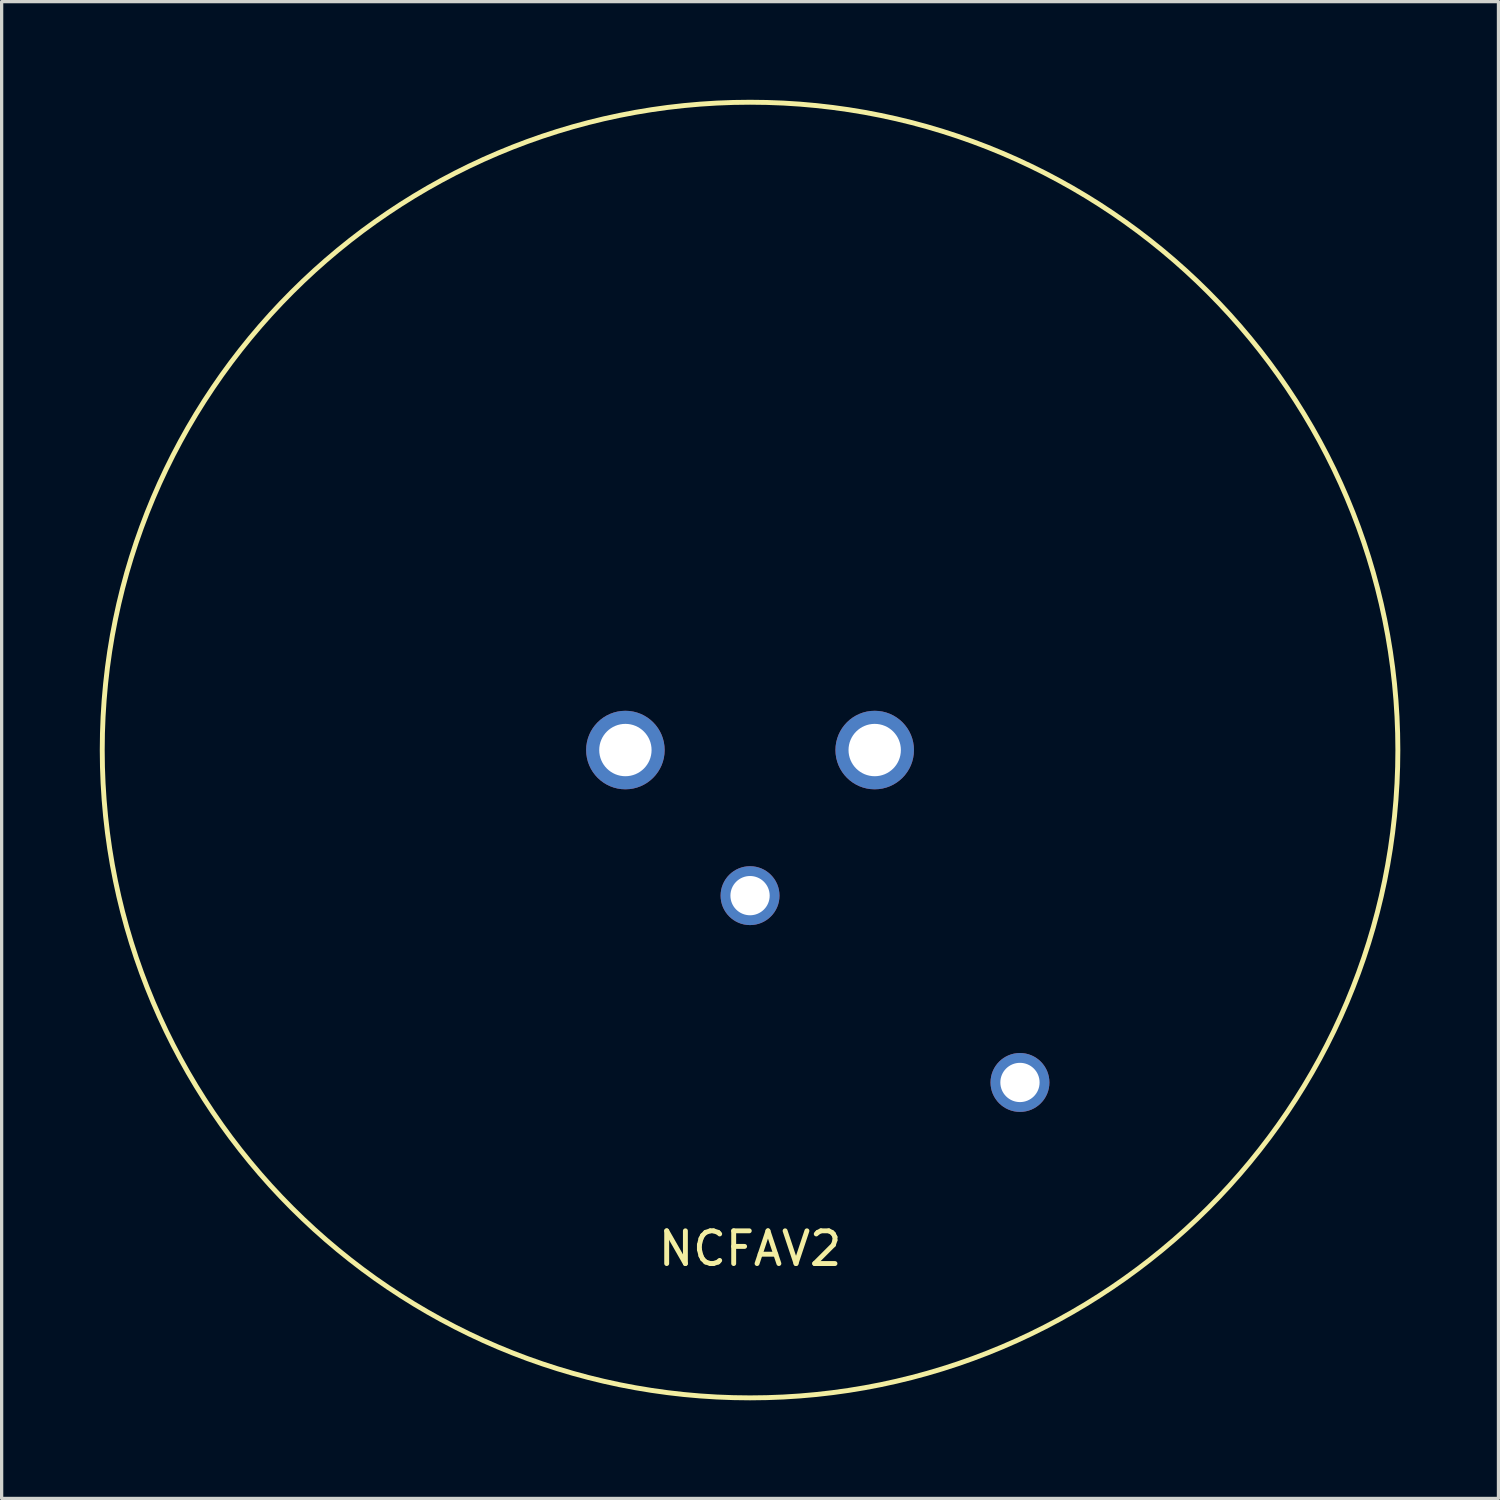
<source format=kicad_pcb>
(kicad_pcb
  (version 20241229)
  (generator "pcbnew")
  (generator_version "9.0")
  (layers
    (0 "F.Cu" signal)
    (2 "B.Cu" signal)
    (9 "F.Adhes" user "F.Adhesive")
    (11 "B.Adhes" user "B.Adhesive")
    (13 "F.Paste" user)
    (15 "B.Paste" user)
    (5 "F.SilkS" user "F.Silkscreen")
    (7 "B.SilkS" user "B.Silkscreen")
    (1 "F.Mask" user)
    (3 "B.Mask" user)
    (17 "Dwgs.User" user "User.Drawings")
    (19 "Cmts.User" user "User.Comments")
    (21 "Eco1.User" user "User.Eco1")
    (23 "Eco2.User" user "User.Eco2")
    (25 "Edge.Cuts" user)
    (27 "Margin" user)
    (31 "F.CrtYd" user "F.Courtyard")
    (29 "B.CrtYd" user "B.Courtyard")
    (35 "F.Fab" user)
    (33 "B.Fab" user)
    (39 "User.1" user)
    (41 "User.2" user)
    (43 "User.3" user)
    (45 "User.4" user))
  (footprint "NCFAV2"
    (layer "F.Cu")
    (at 19.875 19.875)
    (property "Reference" "NCFAV2" (at 0 15.24 0) (layer "F.SilkS") (effects (font (size 1 1) (thickness 0.15))))
    (attr through_hole)
    (fp_circle (center 0 0) (end 19.8 0) (stroke (width 0.15) (type solid)) (fill no) (layer "F.SilkS"))
    (pad "1" thru_hole circle (at 3.81 0) (size 2.4 2.4) (drill 1.6) (layers "*.Cu" "*.Mask"))
    (pad "2" thru_hole circle (at -3.81 0) (size 2.4 2.4) (drill 1.6) (layers "*.Cu" "*.Mask"))
    (pad "3" thru_hole circle (at 0 4.45) (size 1.8 1.8) (drill 1.2) (layers "*.Cu" "*.Mask"))
    (pad "4" thru_hole circle (at 8.25 10.16 90) (size 1.8 1.8) (drill 1.2) (layers "*.Cu" "*.Mask")))
  (gr_rect
    (start -3 -3)
    (end 42.75 42.75)
    (stroke (width 0.1) (type default))
    (fill no)
    (layer "Edge.Cuts")))
</source>
